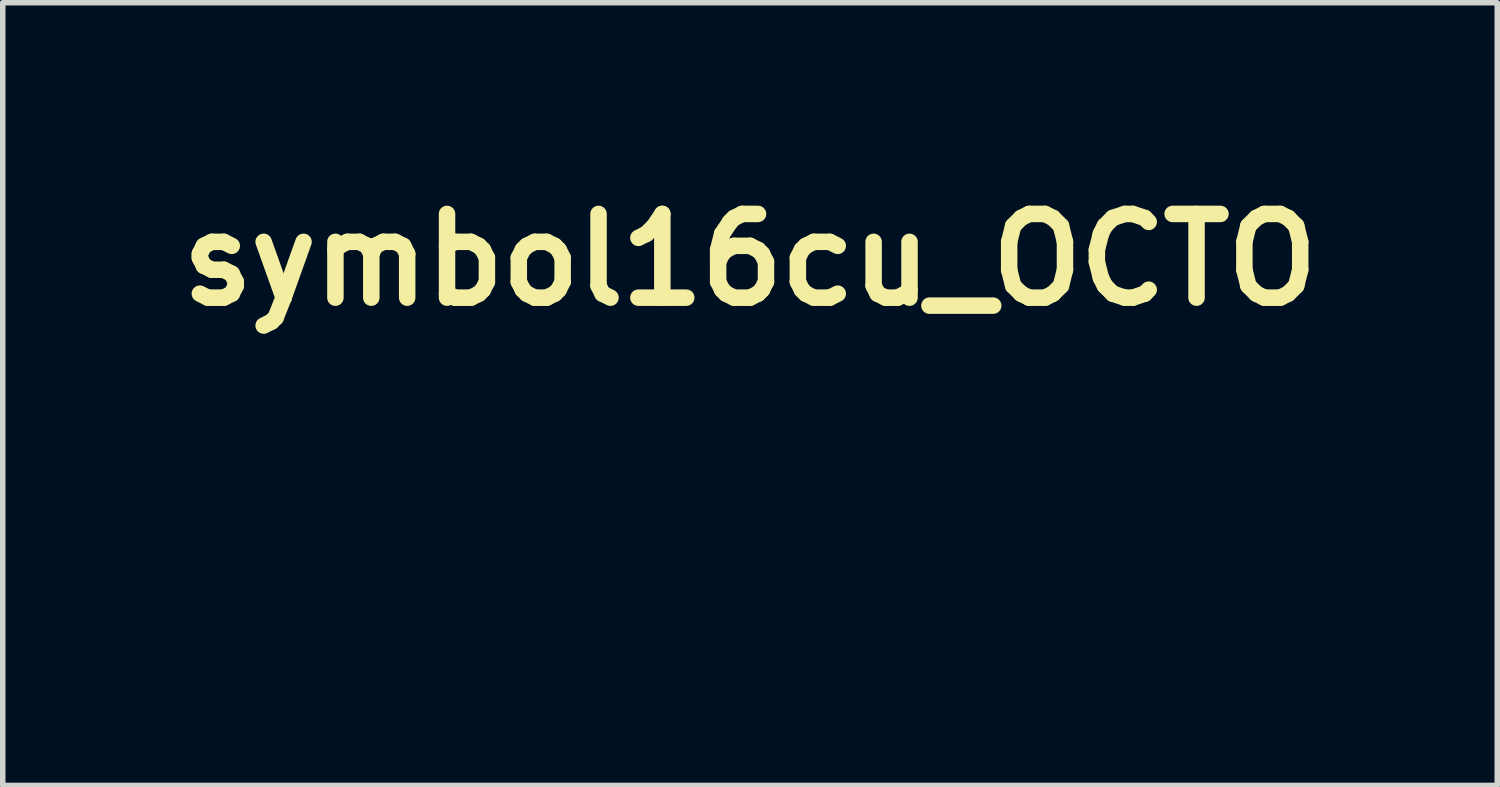
<source format=kicad_pcb>
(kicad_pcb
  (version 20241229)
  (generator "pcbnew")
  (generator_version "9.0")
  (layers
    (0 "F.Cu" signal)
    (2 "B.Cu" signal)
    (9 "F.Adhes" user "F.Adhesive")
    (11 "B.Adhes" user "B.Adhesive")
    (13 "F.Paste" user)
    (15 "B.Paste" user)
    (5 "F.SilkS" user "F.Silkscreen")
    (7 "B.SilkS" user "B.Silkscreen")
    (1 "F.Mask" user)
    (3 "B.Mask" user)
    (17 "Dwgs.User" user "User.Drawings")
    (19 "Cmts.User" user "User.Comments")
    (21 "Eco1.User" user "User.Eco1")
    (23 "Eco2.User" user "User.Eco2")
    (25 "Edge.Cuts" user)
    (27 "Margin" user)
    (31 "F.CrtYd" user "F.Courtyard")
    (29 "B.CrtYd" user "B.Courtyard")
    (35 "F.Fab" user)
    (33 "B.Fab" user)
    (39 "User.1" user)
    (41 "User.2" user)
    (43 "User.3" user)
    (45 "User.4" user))
  (footprint "symbol16cu_OCTO"
    (layer "F.Cu")
    (at 7.555 4.219)
    (property "Reference" "symbol16cu_OCTO" (at 3.048 -2.54 0) (layer "F.SilkS") (effects (font (size 1.524 1.524) (thickness 0.3))))
    (attr board_only exclude_from_pos_files exclude_from_bom)
    (fp_poly (pts (xy 5.157 -4.214) (xy 5.23 -4.205) (xy 5.431 -4.168) (xy 5.598 -4.11) (xy 5.734 -4.027) (xy 5.843 -3.917) (xy 5.928 -3.777) (xy 5.994 -3.603) (xy 6.007 -3.554) (xy 6.024 -3.467) (xy 6.037 -3.347) (xy 6.047 -3.206) (xy 6.054 -3.053) (xy 6.056 -2.898) (xy 6.054 -2.753) (xy 6.047 -2.626) (xy 6.04 -2.565) (xy 5.988 -2.299) (xy 5.905 -2.056) (xy 5.794 -1.839) (xy 5.657 -1.651) (xy 5.494 -1.493) (xy 5.308 -1.368) (xy 5.1 -1.277) (xy 5.025 -1.254) (xy 4.85 -1.224) (xy 4.657 -1.217) (xy 4.462 -1.233) (xy 4.307 -1.265) (xy 4.202 -1.294) (xy 4.129 -1.31) (xy 4.081 -1.313) (xy 4.049 -1.303) (xy 4.025 -1.28) (xy 4.005 -1.249) (xy 3.981 -1.182) (xy 3.966 -1.085) (xy 3.96 -0.969) (xy 3.964 -0.846) (xy 3.976 -0.727) (xy 3.997 -0.623) (xy 4.008 -0.586) (xy 4.095 -0.404) (xy 4.221 -0.232) (xy 4.383 -0.07) (xy 4.579 0.079) (xy 4.805 0.214) (xy 5.061 0.333) (xy 5.341 0.435) (xy 5.645 0.519) (xy 5.899 0.57) (xy 6.068 0.593) (xy 6.249 0.607) (xy 6.43 0.612) (xy 6.598 0.608) (xy 6.741 0.595) (xy 6.768 0.59) (xy 6.968 0.542) (xy 7.143 0.471) (xy 7.289 0.38) (xy 7.404 0.273) (xy 7.485 0.151) (xy 7.527 0.02) (xy 7.527 -0.096) (xy 7.49 -0.215) (xy 7.423 -0.33) (xy 7.329 -0.434) (xy 7.215 -0.517) (xy 7.192 -0.53) (xy 7.124 -0.566) (xy 7.075 -0.596) (xy 7.053 -0.614) (xy 7.052 -0.616) (xy 7.071 -0.634) (xy 7.12 -0.652) (xy 7.188 -0.667) (xy 7.262 -0.675) (xy 7.288 -0.676) (xy 7.406 -0.661) (xy 7.507 -0.616) (xy 7.596 -0.537) (xy 7.676 -0.419) (xy 7.697 -0.38) (xy 7.725 -0.297) (xy 7.742 -0.186) (xy 7.746 -0.061) (xy 7.738 0.066) (xy 7.719 0.17) (xy 7.679 0.306) (xy 7.636 0.412) (xy 7.581 0.499) (xy 7.508 0.579) (xy 7.413 0.659) (xy 7.2 0.808) (xy 6.979 0.922) (xy 6.748 1) (xy 6.504 1.044) (xy 6.244 1.054) (xy 5.964 1.031) (xy 5.662 0.973) (xy 5.479 0.926) (xy 5.399 0.902) (xy 5.288 0.864) (xy 5.151 0.817) (xy 4.998 0.762) (xy 4.834 0.702) (xy 4.667 0.639) (xy 4.624 0.623) (xy 4.339 0.515) (xy 4.091 0.424) (xy 3.876 0.349) (xy 3.691 0.288) (xy 3.534 0.242) (xy 3.403 0.209) (xy 3.295 0.189) (xy 3.206 0.181) (xy 3.135 0.184) (xy 3.099 0.191) (xy 3.011 0.232) (xy 2.923 0.303) (xy 2.846 0.393) (xy 2.79 0.491) (xy 2.78 0.52) (xy 2.74 0.696) (xy 2.731 0.881) (xy 2.753 1.06) (xy 2.805 1.223) (xy 2.811 1.237) (xy 2.858 1.318) (xy 2.921 1.402) (xy 2.99 1.479) (xy 3.055 1.535) (xy 3.08 1.55) (xy 3.132 1.57) (xy 3.221 1.595) (xy 3.346 1.625) (xy 3.501 1.659) (xy 3.683 1.697) (xy 3.888 1.736) (xy 3.969 1.751) (xy 4.238 1.804) (xy 4.467 1.856) (xy 4.658 1.908) (xy 4.815 1.96) (xy 4.94 2.014) (xy 5.034 2.071) (xy 5.096 2.124) (xy 5.124 2.159) (xy 5.141 2.195) (xy 5.149 2.244) (xy 5.152 2.319) (xy 5.152 2.354) (xy 5.135 2.52) (xy 5.086 2.662) (xy 5.002 2.781) (xy 4.884 2.88) (xy 4.729 2.959) (xy 4.537 3.019) (xy 4.535 3.019) (xy 4.401 3.044) (xy 4.257 3.059) (xy 4.111 3.063) (xy 3.976 3.058) (xy 3.861 3.042) (xy 3.779 3.017) (xy 3.729 2.991) (xy 3.71 2.971) (xy 3.724 2.955) (xy 3.775 2.943) (xy 3.864 2.933) (xy 3.938 2.927) (xy 4.157 2.901) (xy 4.351 2.86) (xy 4.516 2.804) (xy 4.651 2.734) (xy 4.75 2.653) (xy 4.813 2.56) (xy 4.831 2.507) (xy 4.839 2.442) (xy 4.829 2.391) (xy 4.796 2.346) (xy 4.733 2.3) (xy 4.651 2.254) (xy 4.545 2.202) (xy 4.437 2.161) (xy 4.319 2.129) (xy 4.185 2.104) (xy 4.026 2.086) (xy 3.835 2.072) (xy 3.758 2.068) (xy 3.624 2.061) (xy 3.497 2.054) (xy 3.387 2.047) (xy 3.303 2.04) (xy 3.252 2.035) (xy 3.066 1.994) (xy 2.878 1.924) (xy 2.7 1.831) (xy 2.542 1.721) (xy 2.437 1.623) (xy 2.397 1.573) (xy 2.342 1.495) (xy 2.277 1.397) (xy 2.207 1.287) (xy 2.152 1.195) (xy 2.039 1.011) (xy 1.943 0.863) (xy 1.859 0.748) (xy 1.787 0.663) (xy 1.724 0.605) (xy 1.694 0.585) (xy 1.653 0.563) (xy 1.621 0.556) (xy 1.583 0.563) (xy 1.522 0.586) (xy 1.511 0.591) (xy 1.386 0.662) (xy 1.269 0.768) (xy 1.163 0.904) (xy 1.077 1.062) (xy 1.073 1.072) (xy 1.011 1.196) (xy 0.923 1.344) (xy 0.813 1.511) (xy 0.685 1.693) (xy 0.543 1.885) (xy 0.391 2.08) (xy 0.234 2.275) (xy 0.074 2.463) (xy -0.084 2.64) (xy -0.236 2.801) (xy -0.351 2.914) (xy -0.453 3.008) (xy -0.579 3.116) (xy -0.718 3.232) (xy -0.862 3.348) (xy -1 3.457) (xy -1.125 3.55) (xy -1.21 3.61) (xy -1.458 3.76) (xy -1.71 3.877) (xy -1.96 3.962) (xy -2.206 4.013) (xy -2.441 4.028) (xy -2.663 4.008) (xy -2.698 4.001) (xy -2.889 3.943) (xy -3.048 3.862) (xy -3.173 3.758) (xy -3.262 3.631) (xy -3.266 3.625) (xy -3.296 3.555) (xy -3.311 3.492) (xy -3.313 3.415) (xy -3.311 3.38) (xy -3.281 3.221) (xy -3.208 3.067) (xy -3.095 2.918) (xy -2.94 2.774) (xy -2.8 2.672) (xy -2.72 2.622) (xy -2.631 2.569) (xy -2.538 2.518) (xy -2.45 2.473) (xy -2.375 2.437) (xy -2.32 2.415) (xy -2.292 2.41) (xy -2.291 2.41) (xy -2.295 2.432) (xy -2.315 2.48) (xy -2.34 2.534) (xy -2.371 2.59) (xy -2.409 2.639) (xy -2.46 2.69) (xy -2.534 2.75) (xy -2.61 2.808) (xy -2.751 2.919) (xy -2.854 3.017) (xy -2.923 3.107) (xy -2.959 3.191) (xy -2.964 3.275) (xy -2.94 3.362) (xy -2.913 3.417) (xy -2.842 3.503) (xy -2.743 3.56) (xy -2.617 3.587) (xy -2.469 3.586) (xy -2.298 3.556) (xy -2.109 3.498) (xy -1.902 3.412) (xy -1.68 3.298) (xy -1.636 3.272) (xy -1.37 3.108) (xy -1.113 2.929) (xy -0.869 2.739) (xy -0.64 2.54) (xy -0.43 2.336) (xy -0.241 2.13) (xy -0.077 1.927) (xy 0.059 1.728) (xy 0.163 1.537) (xy 0.234 1.358) (xy 0.255 1.276) (xy 0.267 1.176) (xy 0.267 1.055) (xy 0.257 0.929) (xy 0.239 0.812) (xy 0.213 0.719) (xy 0.204 0.696) (xy 0.143 0.614) (xy 0.053 0.55) (xy -0.047 0.517) (xy -0.081 0.513) (xy -0.122 0.517) (xy -0.175 0.53) (xy -0.248 0.554) (xy -0.346 0.59) (xy -0.477 0.641) (xy -0.49 0.646) (xy -0.621 0.699) (xy -0.755 0.757) (xy -0.895 0.82) (xy -1.046 0.892) (xy -1.211 0.973) (xy -1.393 1.067) (xy -1.597 1.174) (xy -1.826 1.296) (xy -2.084 1.436) (xy -2.375 1.595) (xy -2.407 1.613) (xy -2.637 1.739) (xy -2.836 1.846) (xy -3.009 1.937) (xy -3.16 2.013) (xy -3.295 2.077) (xy -3.418 2.131) (xy -3.535 2.177) (xy -3.651 2.218) (xy -3.77 2.256) (xy -3.882 2.289) (xy -4.19 2.369) (xy -4.473 2.428) (xy -4.729 2.464) (xy -4.957 2.478) (xy -5.154 2.47) (xy -5.318 2.44) (xy -5.425 2.399) (xy -5.532 2.323) (xy -5.608 2.221) (xy -5.649 2.098) (xy -5.654 2.059) (xy -5.664 1.943) (xy -5.525 1.806) (xy -5.443 1.731) (xy -5.368 1.67) (xy -5.305 1.628) (xy -5.261 1.608) (xy -5.244 1.611) (xy -5.247 1.633) (xy -5.262 1.686) (xy -5.286 1.758) (xy -5.299 1.793) (xy -5.337 1.902) (xy -5.357 1.983) (xy -5.36 2.043) (xy -5.346 2.091) (xy -5.33 2.121) (xy -5.266 2.181) (xy -5.167 2.216) (xy -5.035 2.228) (xy -4.87 2.216) (xy -4.673 2.18) (xy -4.443 2.121) (xy -4.182 2.038) (xy -3.891 1.931) (xy -3.885 1.928) (xy -3.579 1.803) (xy -3.254 1.658) (xy -2.918 1.498) (xy -2.579 1.327) (xy -2.246 1.149) (xy -1.927 0.969) (xy -1.632 0.792) (xy -1.368 0.621) (xy -1.351 0.609) (xy -1.227 0.525) (xy -1.136 0.462) (xy -1.076 0.419) (xy -1.047 0.392) (xy -1.046 0.379) (xy -1.073 0.377) (xy -1.126 0.385) (xy -1.203 0.399) (xy -1.236 0.405) (xy -1.394 0.434) (xy -1.567 0.469) (xy -1.76 0.51) (xy -1.974 0.557) (xy -2.213 0.612) (xy -2.479 0.674) (xy -2.776 0.745) (xy -3.106 0.826) (xy -3.473 0.916) (xy -3.697 0.972) (xy -3.94 1.033) (xy -4.179 1.092) (xy -4.411 1.149) (xy -4.63 1.202) (xy -4.833 1.252) (xy -5.013 1.295) (xy -5.167 1.332) (xy -5.29 1.361) (xy -5.378 1.381) (xy -5.387 1.383) (xy -5.692 1.452) (xy -5.978 1.522) (xy -6.242 1.593) (xy -6.481 1.663) (xy -6.693 1.732) (xy -6.876 1.798) (xy -7.026 1.861) (xy -7.141 1.92) (xy -7.217 1.974) (xy -7.24 1.997) (xy -7.269 2.061) (xy -7.258 2.123) (xy -7.209 2.178) (xy -7.137 2.217) (xy -7.067 2.249) (xy -7.038 2.275) (xy -7.049 2.292) (xy -7.101 2.301) (xy -7.129 2.301) (xy -7.243 2.284) (xy -7.335 2.234) (xy -7.399 2.154) (xy -7.404 2.144) (xy -7.426 2.058) (xy -7.409 1.969) (xy -7.354 1.872) (xy -7.276 1.783) (xy -7.221 1.735) (xy -7.154 1.686) (xy -7.073 1.637) (xy -6.976 1.587) (xy -6.861 1.535) (xy -6.726 1.481) (xy -6.569 1.424) (xy -6.388 1.364) (xy -6.181 1.299) (xy -5.946 1.23) (xy -5.682 1.155) (xy -5.386 1.073) (xy -5.056 0.986) (xy -4.691 0.891) (xy -4.288 0.787) (xy -3.885 0.686) (xy -3.485 0.584) (xy -3.123 0.491) (xy -2.799 0.405) (xy -2.509 0.327) (xy -2.252 0.254) (xy -2.026 0.188) (xy -1.828 0.126) (xy -1.656 0.069) (xy -1.508 0.015) (xy -1.381 -0.035) (xy -1.275 -0.083) (xy -1.248 -0.096) (xy -1.128 -0.162) (xy -1.048 -0.219) (xy -1.007 -0.268) (xy -1.004 -0.311) (xy -1.014 -0.328) (xy -1.063 -0.369) (xy -1.142 -0.417) (xy -1.241 -0.467) (xy -1.349 -0.513) (xy -1.457 -0.55) (xy -1.498 -0.561) (xy -1.676 -0.602) (xy -1.848 -0.63) (xy -2.029 -0.647) (xy -2.233 -0.654) (xy -2.308 -0.655) (xy -2.58 -0.647) (xy -2.855 -0.625) (xy -3.128 -0.591) (xy -3.394 -0.545) (xy -3.649 -0.488) (xy -3.887 -0.422) (xy -4.105 -0.349) (xy -4.296 -0.268) (xy -4.457 -0.182) (xy -4.583 -0.092) (xy -4.623 -0.054) (xy -4.669 0.005) (xy -4.678 0.05) (xy -4.647 0.084) (xy -4.577 0.111) (xy -4.547 0.118) (xy -4.515 0.125) (xy -4.486 0.13) (xy -4.455 0.131) (xy -4.416 0.129) (xy -4.364 0.121) (xy -4.293 0.108) (xy -4.197 0.089) (xy -4.07 0.062) (xy -3.926 0.032) (xy -3.807 0.011) (xy -3.715 0.007) (xy -3.656 0.018) (xy -3.632 0.044) (xy -3.632 0.048) (xy -3.652 0.107) (xy -3.71 0.155) (xy -3.802 0.188) (xy -3.816 0.191) (xy -3.883 0.207) (xy -3.978 0.232) (xy -4.089 0.263) (xy -4.203 0.296) (xy -4.209 0.298) (xy -4.419 0.353) (xy -4.599 0.386) (xy -4.749 0.396) (xy -4.868 0.384) (xy -4.955 0.349) (xy -5.007 0.291) (xy -5.025 0.212) (xy -5.025 0.212) (xy -5.009 0.132) (xy -4.965 0.034) (xy -4.897 -0.076) (xy -4.812 -0.189) (xy -4.715 -0.299) (xy -4.612 -0.399) (xy -4.507 -0.482) (xy -4.481 -0.499) (xy -4.234 -0.64) (xy -3.972 -0.755) (xy -3.691 -0.845) (xy -3.386 -0.911) (xy -3.055 -0.953) (xy -2.694 -0.974) (xy -2.491 -0.976) (xy -2.34 -0.975) (xy -2.195 -0.971) (xy -2.052 -0.964) (xy -1.906 -0.954) (xy -1.751 -0.939) (xy -1.58 -0.92) (xy -1.39 -0.896) (xy -1.174 -0.866) (xy -0.927 -0.829) (xy -0.676 -0.791) (xy -0.546 -0.775) (xy -0.402 -0.766) (xy -0.236 -0.762) (xy -0.084 -0.764) (xy 0.051 -0.767) (xy 0.152 -0.77) (xy 0.225 -0.775) (xy 0.28 -0.783) (xy 0.323 -0.794) (xy 0.363 -0.81) (xy 0.391 -0.823) (xy 0.479 -0.881) (xy 0.529 -0.948) (xy 0.543 -1.03) (xy 0.538 -1.079) (xy 0.508 -1.168) (xy 0.45 -1.234) (xy 0.362 -1.278) (xy 0.24 -1.303) (xy 0.111 -1.309) (xy 0.016 -1.314) (xy -0.11 -1.328) (xy -0.256 -1.35) (xy -0.412 -1.378) (xy -0.569 -1.409) (xy -0.68 -1.435) (xy -0.893 -1.497) (xy -1.077 -1.57) (xy -1.229 -1.654) (xy -1.347 -1.746) (xy -1.427 -1.845) (xy -1.457 -1.91) (xy -1.477 -2.036) (xy -1.458 -2.168) (xy -1.404 -2.303) (xy -1.316 -2.437) (xy -1.197 -2.569) (xy -1.05 -2.694) (xy -0.878 -2.81) (xy -0.683 -2.914) (xy -0.539 -2.976) (xy -0.323 -3.05) (xy -0.117 -3.097) (xy 0.091 -3.118) (xy 0.31 -3.114) (xy 0.552 -3.086) (xy 0.633 -3.072) (xy 0.803 -3.037) (xy 0.934 -2.997) (xy 1.025 -2.952) (xy 1.08 -2.9) (xy 1.099 -2.839) (xy 1.084 -2.768) (xy 1.056 -2.714) (xy 0.99 -2.643) (xy 0.884 -2.582) (xy 0.743 -2.531) (xy 0.568 -2.492) (xy 0.363 -2.464) (xy 0.322 -2.461) (xy 0.235 -2.455) (xy 0.182 -2.455) (xy 0.156 -2.461) (xy 0.148 -2.475) (xy 0.148 -2.478) (xy 0.165 -2.526) (xy 0.209 -2.58) (xy 0.268 -2.628) (xy 0.331 -2.661) (xy 0.333 -2.661) (xy 0.442 -2.702) (xy 0.515 -2.743) (xy 0.55 -2.782) (xy 0.546 -2.817) (xy 0.503 -2.848) (xy 0.493 -2.852) (xy 0.359 -2.882) (xy 0.199 -2.881) (xy 0.014 -2.851) (xy -0.191 -2.79) (xy -0.365 -2.722) (xy -0.575 -2.623) (xy -0.745 -2.523) (xy -0.875 -2.421) (xy -0.963 -2.319) (xy -1.009 -2.217) (xy -1.017 -2.15) (xy -1.01 -2.088) (xy -0.985 -2.037) (xy -0.938 -1.983) (xy -0.876 -1.93) (xy -0.795 -1.875) (xy -0.73 -1.839) (xy -0.584 -1.779) (xy -0.422 -1.735) (xy -0.241 -1.707) (xy -0.038 -1.695) (xy 0.19 -1.699) (xy 0.447 -1.719) (xy 0.736 -1.755) (xy 1.06 -1.808) (xy 1.16 -1.826) (xy 1.324 -1.856) (xy 1.454 -1.884) (xy 1.558 -1.913) (xy 1.643 -1.948) (xy 1.716 -1.994) (xy 1.784 -2.056) (xy 1.855 -2.138) (xy 1.936 -2.244) (xy 2.034 -2.38) (xy 2.038 -2.385) (xy 2.149 -2.534) (xy 2.251 -2.66) (xy 2.357 -2.777) (xy 2.479 -2.9) (xy 2.528 -2.946) (xy 2.69 -3.097) (xy 2.829 -3.222) (xy 2.953 -3.329) (xy 3.069 -3.421) (xy 3.184 -3.505) (xy 3.304 -3.586) (xy 3.437 -3.669) (xy 3.528 -3.724) (xy 3.788 -3.863) (xy 4.064 -3.98) (xy 4.364 -4.078) (xy 4.696 -4.16) (xy 4.751 -4.172) (xy 4.868 -4.195) (xy 4.956 -4.21) (xy 5.026 -4.218) (xy 5.089 -4.219)) (stroke (width 0) (type solid)) (fill yes) (layer "F.Mask")))
  (gr_rect
    (start -3 -3)
    (end 24.205 11.247)
    (stroke (width 0.1) (type default))
    (fill no)
    (layer "Edge.Cuts")))
</source>
